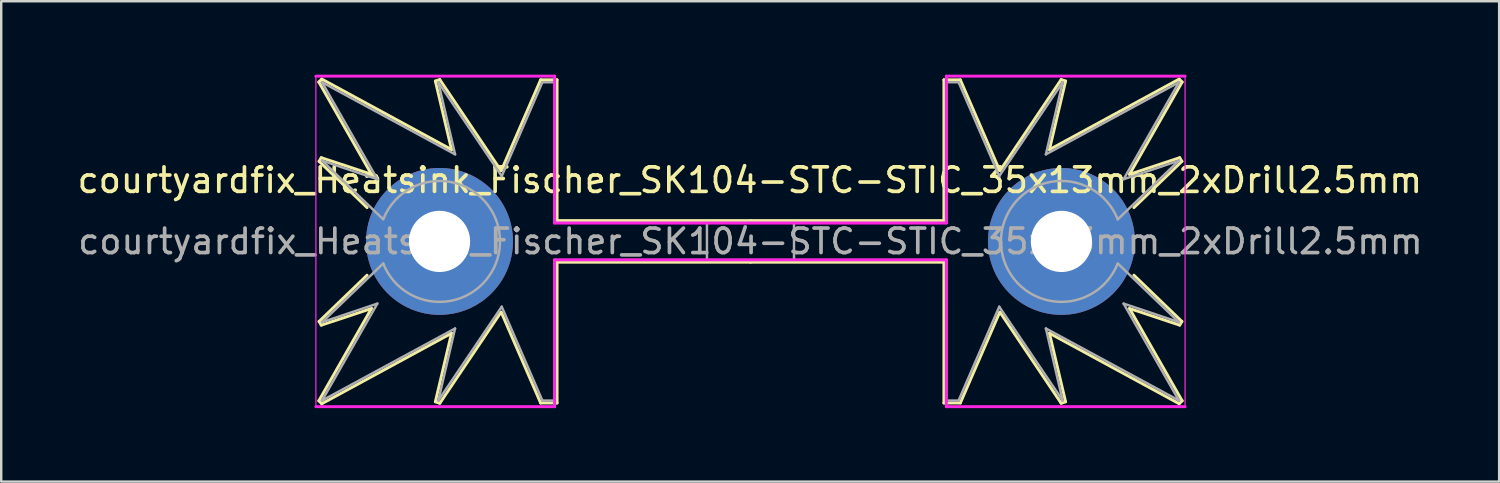
<source format=kicad_pcb>
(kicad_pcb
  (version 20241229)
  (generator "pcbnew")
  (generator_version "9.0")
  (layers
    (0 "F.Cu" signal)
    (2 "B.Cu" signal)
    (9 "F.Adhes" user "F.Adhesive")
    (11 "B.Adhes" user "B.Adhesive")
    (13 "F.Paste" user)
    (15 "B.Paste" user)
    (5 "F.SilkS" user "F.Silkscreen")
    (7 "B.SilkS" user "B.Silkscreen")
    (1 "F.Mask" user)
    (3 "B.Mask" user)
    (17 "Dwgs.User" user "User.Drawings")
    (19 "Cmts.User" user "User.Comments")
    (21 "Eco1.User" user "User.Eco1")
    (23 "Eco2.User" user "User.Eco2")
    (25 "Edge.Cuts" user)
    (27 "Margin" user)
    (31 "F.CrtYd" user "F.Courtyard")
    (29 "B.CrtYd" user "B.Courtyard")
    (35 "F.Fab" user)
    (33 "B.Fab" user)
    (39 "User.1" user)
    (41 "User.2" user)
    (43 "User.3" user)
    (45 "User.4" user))
  (footprint "courtyardfix_Heatsink_Fischer_SK104-STC-STIC_35x13mm_2xDrill2.5mm"
    (layer "F.Cu")
    (at 27.602 6.81)
    (property "Reference" "courtyardfix_Heatsink_Fischer_SK104-STC-STIC_35x13mm_2xDrill2.5mm" (at -0.025 -2.5 0) (layer "F.SilkS") (effects (font (size 1 1) (thickness 0.15))))
    (attr through_hole)
    (fp_line (start -17.63 -6.51) (end -15.48 -2.74) (stroke (width 0.12) (type solid)) (layer "F.SilkS"))
    (fp_line (start -17.63 6.51) (end -15.48 2.74) (stroke (width 0.12) (type solid)) (layer "F.SilkS"))
    (fp_line (start -17.62 -3.27) (end -15.66 -1.38) (stroke (width 0.12) (type solid)) (layer "F.SilkS"))
    (fp_line (start -17.62 3.27) (end -15.66 1.38) (stroke (width 0.12) (type solid)) (layer "F.SilkS"))
    (fp_line (start -17.53 -3.42) (end -17.62 -3.27) (stroke (width 0.12) (type solid)) (layer "F.SilkS"))
    (fp_line (start -17.53 3.42) (end -17.62 3.27) (stroke (width 0.12) (type solid)) (layer "F.SilkS"))
    (fp_line (start -17.51 -6.63) (end -17.63 -6.51) (stroke (width 0.12) (type solid)) (layer "F.SilkS"))
    (fp_line (start -17.51 6.63) (end -17.63 6.51) (stroke (width 0.12) (type solid)) (layer "F.SilkS"))
    (fp_line (start -15.48 -2.74) (end -17.53 -3.42) (stroke (width 0.12) (type solid)) (layer "F.SilkS"))
    (fp_line (start -15.48 2.74) (end -17.53 3.42) (stroke (width 0.12) (type solid)) (layer "F.SilkS"))
    (fp_line (start -12.87 -6.55) (end -12.21 -3.75) (stroke (width 0.12) (type solid)) (layer "F.SilkS"))
    (fp_line (start -12.87 6.55) (end -12.21 3.75) (stroke (width 0.12) (type solid)) (layer "F.SilkS"))
    (fp_line (start -12.69 -6.61) (end -12.87 -6.55) (stroke (width 0.12) (type solid)) (layer "F.SilkS"))
    (fp_line (start -12.69 6.61) (end -12.87 6.55) (stroke (width 0.12) (type solid)) (layer "F.SilkS"))
    (fp_line (start -12.21 -3.75) (end -17.51 -6.63) (stroke (width 0.12) (type solid)) (layer "F.SilkS"))
    (fp_line (start -12.21 3.75) (end -17.51 6.63) (stroke (width 0.12) (type solid)) (layer "F.SilkS"))
    (fp_line (start -10.19 -2.89) (end -12.69 -6.61) (stroke (width 0.12) (type solid)) (layer "F.SilkS"))
    (fp_line (start -10.19 2.89) (end -12.69 6.61) (stroke (width 0.12) (type solid)) (layer "F.SilkS"))
    (fp_line (start -8.57 -6.6) (end -10.18 -2.89) (stroke (width 0.12) (type solid)) (layer "F.SilkS"))
    (fp_line (start -8.57 6.6) (end -10.18 2.89) (stroke (width 0.12) (type solid)) (layer "F.SilkS"))
    (fp_line (start -7.9 -6.6) (end -8.57 -6.6) (stroke (width 0.12) (type solid)) (layer "F.SilkS"))
    (fp_line (start -7.9 -0.85) (end -7.9 -6.6) (stroke (width 0.12) (type solid)) (layer "F.SilkS"))
    (fp_line (start -7.9 0.85) (end -7.9 6.6) (stroke (width 0.12) (type solid)) (layer "F.SilkS"))
    (fp_line (start -7.9 6.6) (end -8.57 6.6) (stroke (width 0.12) (type solid)) (layer "F.SilkS"))
    (fp_line (start 0 -0.85) (end -7.9 -0.85) (stroke (width 0.12) (type solid)) (layer "F.SilkS"))
    (fp_line (start 0 -0.85) (end 7.9 -0.85) (stroke (width 0.12) (type solid)) (layer "F.SilkS"))
    (fp_line (start 0 0.85) (end -7.9 0.85) (stroke (width 0.12) (type solid)) (layer "F.SilkS"))
    (fp_line (start 0 0.85) (end 7.9 0.85) (stroke (width 0.12) (type solid)) (layer "F.SilkS"))
    (fp_line (start 7.9 -6.6) (end 8.57 -6.6) (stroke (width 0.12) (type solid)) (layer "F.SilkS"))
    (fp_line (start 7.9 -0.85) (end 7.9 -6.6) (stroke (width 0.12) (type solid)) (layer "F.SilkS"))
    (fp_line (start 7.9 0.85) (end 7.9 6.6) (stroke (width 0.12) (type solid)) (layer "F.SilkS"))
    (fp_line (start 7.9 6.6) (end 8.57 6.6) (stroke (width 0.12) (type solid)) (layer "F.SilkS"))
    (fp_line (start 8.57 -6.6) (end 10.18 -2.89) (stroke (width 0.12) (type solid)) (layer "F.SilkS"))
    (fp_line (start 8.57 6.6) (end 10.18 2.89) (stroke (width 0.12) (type solid)) (layer "F.SilkS"))
    (fp_line (start 10.19 -2.89) (end 12.69 -6.61) (stroke (width 0.12) (type solid)) (layer "F.SilkS"))
    (fp_line (start 10.19 2.89) (end 12.69 6.61) (stroke (width 0.12) (type solid)) (layer "F.SilkS"))
    (fp_line (start 12.21 -3.75) (end 17.51 -6.63) (stroke (width 0.12) (type solid)) (layer "F.SilkS"))
    (fp_line (start 12.21 3.75) (end 17.51 6.63) (stroke (width 0.12) (type solid)) (layer "F.SilkS"))
    (fp_line (start 12.69 -6.61) (end 12.87 -6.55) (stroke (width 0.12) (type solid)) (layer "F.SilkS"))
    (fp_line (start 12.69 6.61) (end 12.87 6.55) (stroke (width 0.12) (type solid)) (layer "F.SilkS"))
    (fp_line (start 12.87 -6.55) (end 12.21 -3.75) (stroke (width 0.12) (type solid)) (layer "F.SilkS"))
    (fp_line (start 12.87 6.55) (end 12.21 3.75) (stroke (width 0.12) (type solid)) (layer "F.SilkS"))
    (fp_line (start 15.48 -2.74) (end 17.53 -3.42) (stroke (width 0.12) (type solid)) (layer "F.SilkS"))
    (fp_line (start 15.48 2.74) (end 17.53 3.42) (stroke (width 0.12) (type solid)) (layer "F.SilkS"))
    (fp_line (start 17.51 -6.63) (end 17.63 -6.51) (stroke (width 0.12) (type solid)) (layer "F.SilkS"))
    (fp_line (start 17.51 6.63) (end 17.63 6.51) (stroke (width 0.12) (type solid)) (layer "F.SilkS"))
    (fp_line (start 17.53 -3.42) (end 17.62 -3.27) (stroke (width 0.12) (type solid)) (layer "F.SilkS"))
    (fp_line (start 17.53 3.42) (end 17.62 3.27) (stroke (width 0.12) (type solid)) (layer "F.SilkS"))
    (fp_line (start 17.62 -3.27) (end 15.66 -1.38) (stroke (width 0.12) (type solid)) (layer "F.SilkS"))
    (fp_line (start 17.62 3.27) (end 15.66 1.38) (stroke (width 0.12) (type solid)) (layer "F.SilkS"))
    (fp_line (start 17.63 -6.51) (end 15.48 -2.74) (stroke (width 0.12) (type solid)) (layer "F.SilkS"))
    (fp_line (start 17.63 6.51) (end 15.48 2.74) (stroke (width 0.12) (type solid)) (layer "F.SilkS"))
    (fp_line (start -17.75 -6.75) (end -17.75 6.75) (stroke (width 0.05) (type solid)) (layer "F.CrtYd"))
    (fp_line (start -17.75 -6.75) (end -8 -6.75) (stroke (width 0.12) (type solid)) (layer "F.CrtYd"))
    (fp_line (start -17.75 6.75) (end -8 6.75) (stroke (width 0.12) (type solid)) (layer "F.CrtYd"))
    (fp_line (start -8 -6.75) (end -8 -0.75) (stroke (width 0.12) (type solid)) (layer "F.CrtYd"))
    (fp_line (start -8 -0.75) (end 8 -0.75) (stroke (width 0.12) (type solid)) (layer "F.CrtYd"))
    (fp_line (start -8 0.75) (end 8 0.75) (stroke (width 0.12) (type solid)) (layer "F.CrtYd"))
    (fp_line (start -8 6.75) (end -8 0.75) (stroke (width 0.12) (type solid)) (layer "F.CrtYd"))
    (fp_line (start 8 -6.75) (end 17.75 -6.75) (stroke (width 0.12) (type solid)) (layer "F.CrtYd"))
    (fp_line (start 8 -0.75) (end 8 -6.75) (stroke (width 0.12) (type solid)) (layer "F.CrtYd"))
    (fp_line (start 8 0.75) (end 8 6.5) (stroke (width 0.12) (type solid)) (layer "F.CrtYd"))
    (fp_line (start 8 6.5) (end 8 6.75) (stroke (width 0.12) (type solid)) (layer "F.CrtYd"))
    (fp_line (start 8 6.75) (end 17.75 6.75) (stroke (width 0.12) (type solid)) (layer "F.CrtYd"))
    (fp_line (start 17.75 6.75) (end 17.75 -6.75) (stroke (width 0.05) (type solid)) (layer "F.CrtYd"))
    (fp_line (start -17.5 -6.5) (end -15.24 -2.54) (stroke (width 0.1) (type solid)) (layer "F.Fab"))
    (fp_line (start -17.5 -6.5) (end -12.065 -3.556) (stroke (width 0.1) (type solid)) (layer "F.Fab"))
    (fp_line (start -17.5 -3.3) (end -15 -0.9) (stroke (width 0.1) (type solid)) (layer "F.Fab"))
    (fp_line (start -17.5 3.3) (end -15 0.9) (stroke (width 0.1) (type solid)) (layer "F.Fab"))
    (fp_line (start -17.5 6.5) (end -15.24 2.54) (stroke (width 0.1) (type solid)) (layer "F.Fab"))
    (fp_line (start -17.5 6.5) (end -12.065 3.556) (stroke (width 0.1) (type solid)) (layer "F.Fab"))
    (fp_line (start -15.24 -2.54) (end -17.5 -3.3) (stroke (width 0.1) (type solid)) (layer "F.Fab"))
    (fp_line (start -15.24 2.54) (end -17.5 3.3) (stroke (width 0.1) (type solid)) (layer "F.Fab"))
    (fp_line (start -12.065 -3.556) (end -12.75 -6.5) (stroke (width 0.1) (type solid)) (layer "F.Fab"))
    (fp_line (start -12.065 3.556) (end -12.75 6.5) (stroke (width 0.1) (type solid)) (layer "F.Fab"))
    (fp_line (start -10.16 -2.667) (end -12.75 -6.5) (stroke (width 0.1) (type solid)) (layer "F.Fab"))
    (fp_line (start -10.16 2.667) (end -12.75 6.5) (stroke (width 0.1) (type solid)) (layer "F.Fab"))
    (fp_line (start -8.5 -6.5) (end -10.16 -2.667) (stroke (width 0.1) (type solid)) (layer "F.Fab"))
    (fp_line (start -8.5 6.5) (end -10.16 2.667) (stroke (width 0.1) (type solid)) (layer "F.Fab"))
    (fp_line (start -8.001 -0.762) (end -8 -6.5) (stroke (width 0.1) (type solid)) (layer "F.Fab"))
    (fp_line (start -8.001 0.762) (end -8 6.5) (stroke (width 0.1) (type solid)) (layer "F.Fab"))
    (fp_line (start -8 -6.5) (end -8.5 -6.5) (stroke (width 0.1) (type solid)) (layer "F.Fab"))
    (fp_line (start -8 6.5) (end -8.5 6.5) (stroke (width 0.1) (type solid)) (layer "F.Fab"))
    (fp_line (start -1.778 0.762) (end -1.778 -0.762) (stroke (width 0.1) (type solid)) (layer "F.Fab"))
    (fp_line (start 0 -0.762) (end -8.001 -0.762) (stroke (width 0.1) (type solid)) (layer "F.Fab"))
    (fp_line (start 0 -0.762) (end 8.001 -0.762) (stroke (width 0.1) (type solid)) (layer "F.Fab"))
    (fp_line (start 0 0.762) (end -8.001 0.762) (stroke (width 0.1) (type solid)) (layer "F.Fab"))
    (fp_line (start 0 0.762) (end 8.001 0.762) (stroke (width 0.1) (type solid)) (layer "F.Fab"))
    (fp_line (start 1.778 -0.762) (end 1.778 0.762) (stroke (width 0.1) (type solid)) (layer "F.Fab"))
    (fp_line (start 8 -6.5) (end 8.5 -6.5) (stroke (width 0.1) (type solid)) (layer "F.Fab"))
    (fp_line (start 8 6.5) (end 8.5 6.5) (stroke (width 0.1) (type solid)) (layer "F.Fab"))
    (fp_line (start 8.001 -0.762) (end 8 -6.5) (stroke (width 0.1) (type solid)) (layer "F.Fab"))
    (fp_line (start 8.001 0.762) (end 8 6.5) (stroke (width 0.1) (type solid)) (layer "F.Fab"))
    (fp_line (start 8.5 -6.5) (end 10.16 -2.667) (stroke (width 0.1) (type solid)) (layer "F.Fab"))
    (fp_line (start 8.5 6.5) (end 10.16 2.667) (stroke (width 0.1) (type solid)) (layer "F.Fab"))
    (fp_line (start 10.16 -2.667) (end 12.75 -6.5) (stroke (width 0.1) (type solid)) (layer "F.Fab"))
    (fp_line (start 10.16 2.667) (end 12.75 6.5) (stroke (width 0.1) (type solid)) (layer "F.Fab"))
    (fp_line (start 12.065 -3.556) (end 12.75 -6.5) (stroke (width 0.1) (type solid)) (layer "F.Fab"))
    (fp_line (start 12.065 3.556) (end 12.75 6.5) (stroke (width 0.1) (type solid)) (layer "F.Fab"))
    (fp_line (start 15.24 -2.54) (end 17.5 -3.3) (stroke (width 0.1) (type solid)) (layer "F.Fab"))
    (fp_line (start 15.24 2.54) (end 17.5 3.3) (stroke (width 0.1) (type solid)) (layer "F.Fab"))
    (fp_line (start 17.5 -6.5) (end 12.065 -3.556) (stroke (width 0.1) (type solid)) (layer "F.Fab"))
    (fp_line (start 17.5 -6.5) (end 15.24 -2.54) (stroke (width 0.1) (type solid)) (layer "F.Fab"))
    (fp_line (start 17.5 -3.3) (end 15 -0.9) (stroke (width 0.1) (type solid)) (layer "F.Fab"))
    (fp_line (start 17.5 3.3) (end 15 0.9) (stroke (width 0.1) (type solid)) (layer "F.Fab"))
    (fp_line (start 17.5 6.5) (end 12.065 3.556) (stroke (width 0.1) (type solid)) (layer "F.Fab"))
    (fp_line (start 17.5 6.5) (end 15.24 2.54) (stroke (width 0.1) (type solid)) (layer "F.Fab"))
    (fp_arc (start -14.99272 -0.918387) (mid -10.230202 0.009888) (end -15 0.9) (stroke (width 0.1) (type solid)) (layer "F.Fab"))
    (fp_arc (start 14.99272 0.918387) (mid 10.230202 -0.009888) (end 15 -0.9) (stroke (width 0.1) (type solid)) (layer "F.Fab"))
    (fp_text user "${REFERENCE}" (at 0 0 0) (layer "F.Fab") (effects (font (size 1 1) (thickness 0.15))))
    (pad "1" thru_hole circle (at -12.7 0 180) (size 6 6) (drill 2.5) (layers "*.Cu" "*.Mask"))
    (pad "1" thru_hole circle (at 12.7 0) (size 6 6) (drill 2.5) (layers "*.Cu" "*.Mask")))
  (gr_rect
    (start -3 -3)
    (end 58.18 16.62)
    (stroke (width 0.1) (type default))
    (fill no)
    (layer "Edge.Cuts")))
</source>
